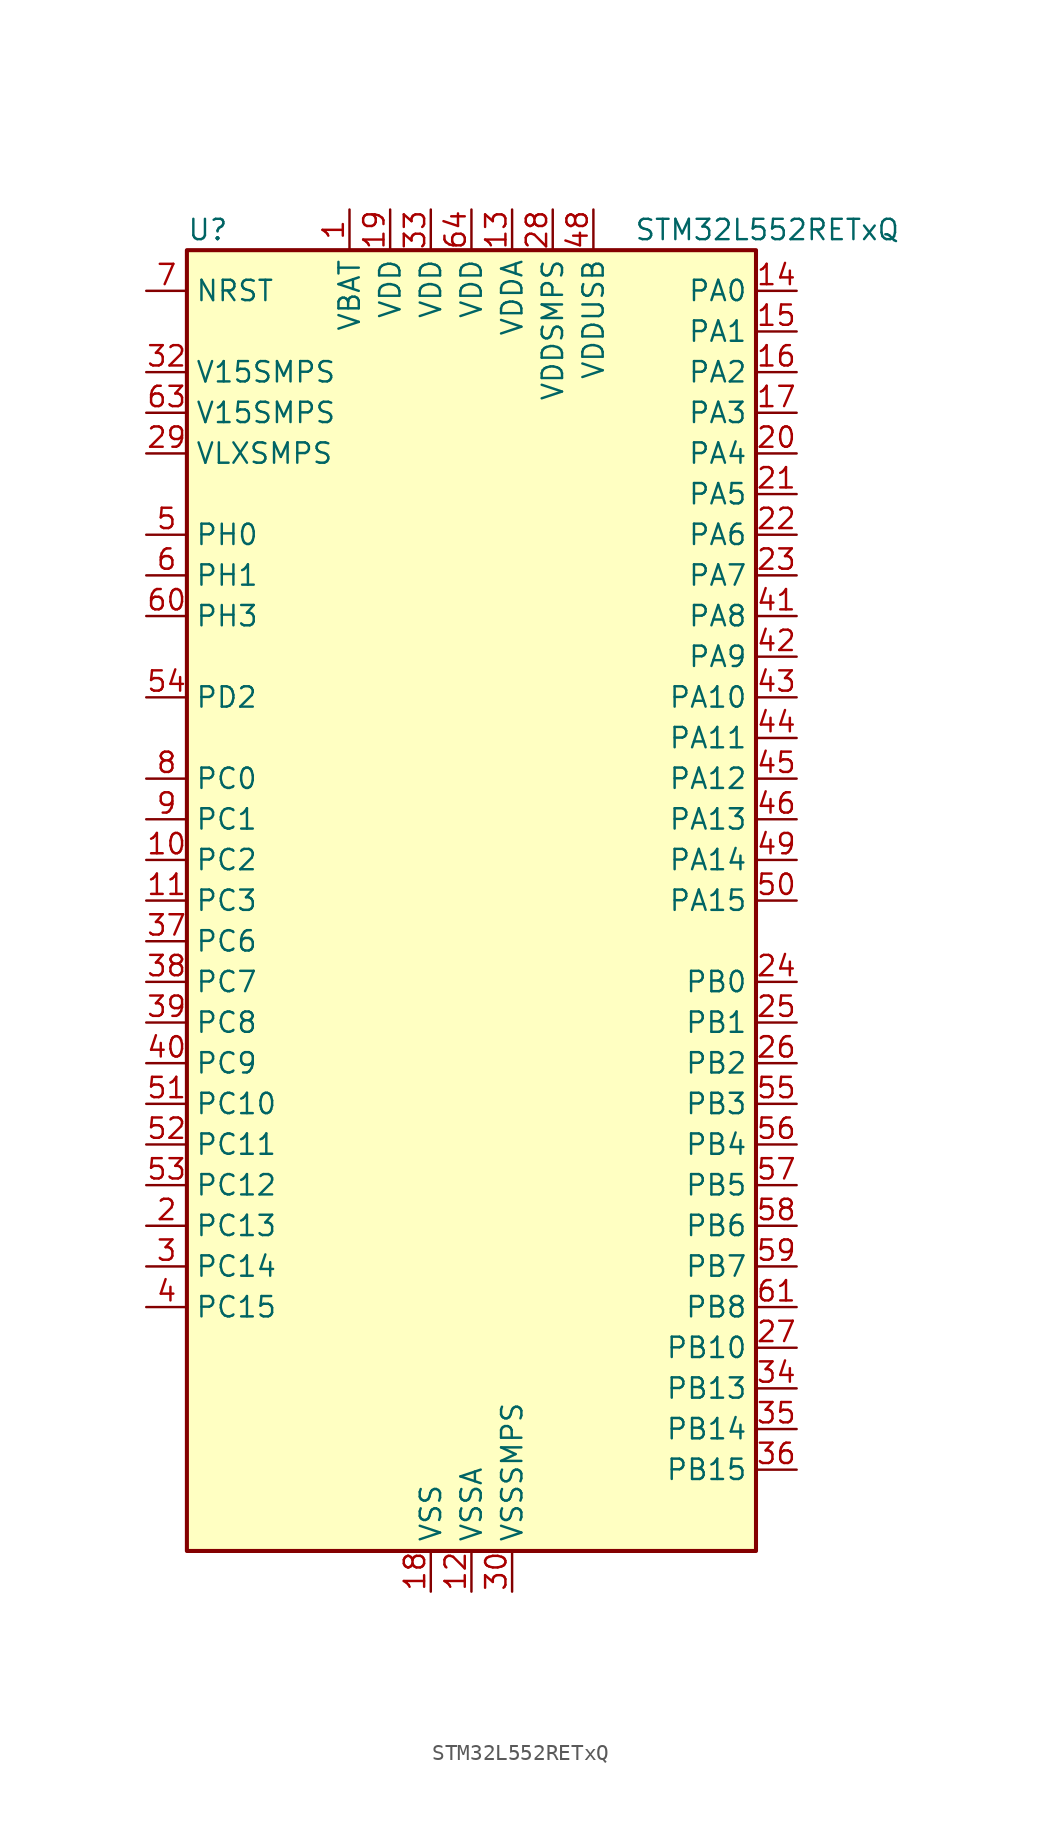
<source format=kicad_sym>
(kicad_symbol_lib
  (version 20231120)
  (generator "kicad_symbol_editor")
  (generator_version "8.0")
  (symbol "STM32L552RETxQ"
    (property "Reference" "U"
      (at -17.78 41.91 0)
      (effects (font (size 1.27 1.27)) (justify left)))
    (property "Value" "STM32L552RETxQ"
      (at 10.16 41.91 0)
      (effects (font (size 1.27 1.27)) (justify left)))
    (property "ki_locked" ""
      (at 0 0 0)
      (effects (font (size 1.27 1.27))))
    (symbol "STM32L552RETxQ_0_1"
      (rectangle (start -17.78 -40.64) (end 17.78 40.64) (stroke (width 0.254) (type default)) (fill (type background))))
    (symbol "STM32L552RETxQ_1_1"
      (pin power_in line (at -7.62 43.18 270) (length 2.54) (name "VBAT" (effects (font (size 1.27 1.27)))) (number "1" (effects (font (size 1.27 1.27)))))
      (pin bidirectional line (at -20.32 2.54 0) (length 2.54) (name "PC2" (effects (font (size 1.27 1.27)))) (number "10" (effects (font (size 1.27 1.27)))) (alternate "ADC1_IN3" bidirectional line) (alternate "ADC2_IN3" bidirectional line) (alternate "DFSDM1_CKOUT" bidirectional line) (alternate "LPTIM1_IN2" bidirectional line) (alternate "OCTOSPI1_IO5" bidirectional line) (alternate "SPI2_MISO" bidirectional line))
      (pin bidirectional line (at -20.32 0 0) (length 2.54) (name "PC3" (effects (font (size 1.27 1.27)))) (number "11" (effects (font (size 1.27 1.27)))) (alternate "ADC1_IN4" bidirectional line) (alternate "ADC2_IN4" bidirectional line) (alternate "LPTIM1_ETR" bidirectional line) (alternate "LPTIM2_ETR" bidirectional line) (alternate "LPTIM3_OUT" bidirectional line) (alternate "OCTOSPI1_IO6" bidirectional line) (alternate "SAI1_D1" bidirectional line) (alternate "SAI1_SD_A" bidirectional line) (alternate "SPI2_MOSI" bidirectional line))
      (pin power_in line (at 0 -43.18 90) (length 2.54) (name "VSSA" (effects (font (size 1.27 1.27)))) (number "12" (effects (font (size 1.27 1.27)))))
      (pin power_in line (at 2.54 43.18 270) (length 2.54) (name "VDDA" (effects (font (size 1.27 1.27)))) (number "13" (effects (font (size 1.27 1.27)))) (alternate "VREFBUF_OUT" bidirectional line))
      (pin bidirectional line (at 20.32 38.1 180) (length 2.54) (name "PA0" (effects (font (size 1.27 1.27)))) (number "14" (effects (font (size 1.27 1.27)))) (alternate "ADC1_IN5" bidirectional line) (alternate "ADC2_IN5" bidirectional line) (alternate "OPAMP1_VINP" bidirectional line) (alternate "PWR_WKUP1" bidirectional line) (alternate "SAI1_EXTCLK" bidirectional line) (alternate "TAMP_IN2" bidirectional line) (alternate "TAMP_OUT1" bidirectional line) (alternate "TIM2_CH1" bidirectional line) (alternate "TIM2_ETR" bidirectional line) (alternate "TIM5_CH1" bidirectional line) (alternate "TIM8_ETR" bidirectional line) (alternate "UART4_TX" bidirectional line) (alternate "USART2_CTS" bidirectional line) (alternate "USART2_NSS" bidirectional line))
      (pin bidirectional line (at 20.32 35.56 180) (length 2.54) (name "PA1" (effects (font (size 1.27 1.27)))) (number "15" (effects (font (size 1.27 1.27)))) (alternate "ADC1_IN6" bidirectional line) (alternate "ADC2_IN6" bidirectional line) (alternate "I2C1_SMBA" bidirectional line) (alternate "OCTOSPI1_DQS" bidirectional line) (alternate "OPAMP1_VINM" bidirectional line) (alternate "SPI1_SCK" bidirectional line) (alternate "TAMP_IN5" bidirectional line) (alternate "TAMP_OUT4" bidirectional line) (alternate "TIM15_CH1N" bidirectional line) (alternate "TIM2_CH2" bidirectional line) (alternate "TIM5_CH2" bidirectional line) (alternate "UART4_RX" bidirectional line) (alternate "USART2_DE" bidirectional line) (alternate "USART2_RTS" bidirectional line))
      (pin bidirectional line (at 20.32 33.02 180) (length 2.54) (name "PA2" (effects (font (size 1.27 1.27)))) (number "16" (effects (font (size 1.27 1.27)))) (alternate "ADC1_IN7" bidirectional line) (alternate "ADC2_IN7" bidirectional line) (alternate "COMP1_INP" bidirectional line) (alternate "LPUART1_TX" bidirectional line) (alternate "OCTOSPI1_NCS" bidirectional line) (alternate "PWR_WKUP4" bidirectional line) (alternate "RCC_LSCO" bidirectional line) (alternate "SAI2_EXTCLK" bidirectional line) (alternate "TIM15_CH1" bidirectional line) (alternate "TIM2_CH3" bidirectional line) (alternate "TIM5_CH3" bidirectional line) (alternate "UCPD1_FRSTX1" bidirectional line) (alternate "USART2_TX" bidirectional line))
      (pin bidirectional line (at 20.32 30.48 180) (length 2.54) (name "PA3" (effects (font (size 1.27 1.27)))) (number "17" (effects (font (size 1.27 1.27)))) (alternate "ADC1_IN8" bidirectional line) (alternate "ADC2_IN8" bidirectional line) (alternate "LPUART1_RX" bidirectional line) (alternate "OCTOSPI1_CLK" bidirectional line) (alternate "OPAMP1_VOUT" bidirectional line) (alternate "SAI1_CK1" bidirectional line) (alternate "SAI1_MCLK_A" bidirectional line) (alternate "TIM15_CH2" bidirectional line) (alternate "TIM2_CH4" bidirectional line) (alternate "TIM5_CH4" bidirectional line) (alternate "USART2_RX" bidirectional line))
      (pin power_in line (at -2.54 -43.18 90) (length 2.54) (name "VSS" (effects (font (size 1.27 1.27)))) (number "18" (effects (font (size 1.27 1.27)))))
      (pin power_in line (at -5.08 43.18 270) (length 2.54) (name "VDD" (effects (font (size 1.27 1.27)))) (number "19" (effects (font (size 1.27 1.27)))))
      (pin bidirectional line (at -20.32 -20.32 0) (length 2.54) (name "PC13" (effects (font (size 1.27 1.27)))) (number "2" (effects (font (size 1.27 1.27)))) (alternate "PWR_WKUP2" bidirectional line) (alternate "RTC_OUT1" bidirectional line) (alternate "RTC_TS" bidirectional line) (alternate "TAMP_IN1" bidirectional line) (alternate "TAMP_OUT2" bidirectional line))
      (pin bidirectional line (at 20.32 27.94 180) (length 2.54) (name "PA4" (effects (font (size 1.27 1.27)))) (number "20" (effects (font (size 1.27 1.27)))) (alternate "ADC1_IN9" bidirectional line) (alternate "ADC2_IN9" bidirectional line) (alternate "DAC1_OUT1" bidirectional line) (alternate "LPTIM2_OUT" bidirectional line) (alternate "OCTOSPI1_NCS" bidirectional line) (alternate "SAI1_FS_B" bidirectional line) (alternate "SPI1_NSS" bidirectional line) (alternate "SPI3_NSS" bidirectional line) (alternate "USART2_CK" bidirectional line))
      (pin bidirectional line (at 20.32 25.4 180) (length 2.54) (name "PA5" (effects (font (size 1.27 1.27)))) (number "21" (effects (font (size 1.27 1.27)))) (alternate "ADC1_IN10" bidirectional line) (alternate "ADC2_IN10" bidirectional line) (alternate "DAC1_OUT2" bidirectional line) (alternate "LPTIM2_ETR" bidirectional line) (alternate "SPI1_SCK" bidirectional line) (alternate "TIM2_CH1" bidirectional line) (alternate "TIM2_ETR" bidirectional line) (alternate "TIM8_CH1N" bidirectional line))
      (pin bidirectional line (at 20.32 22.86 180) (length 2.54) (name "PA6" (effects (font (size 1.27 1.27)))) (number "22" (effects (font (size 1.27 1.27)))) (alternate "ADC1_IN11" bidirectional line) (alternate "ADC2_IN11" bidirectional line) (alternate "LPUART1_CTS" bidirectional line) (alternate "OCTOSPI1_IO3" bidirectional line) (alternate "OPAMP2_VINP" bidirectional line) (alternate "SPI1_MISO" bidirectional line) (alternate "TIM16_CH1" bidirectional line) (alternate "TIM1_BKIN" bidirectional line) (alternate "TIM3_CH1" bidirectional line) (alternate "TIM8_BKIN" bidirectional line) (alternate "USART3_CTS" bidirectional line) (alternate "USART3_NSS" bidirectional line))
      (pin bidirectional line (at 20.32 20.32 180) (length 2.54) (name "PA7" (effects (font (size 1.27 1.27)))) (number "23" (effects (font (size 1.27 1.27)))) (alternate "ADC1_IN12" bidirectional line) (alternate "ADC2_IN12" bidirectional line) (alternate "I2C3_SCL" bidirectional line) (alternate "OCTOSPI1_IO2" bidirectional line) (alternate "OPAMP2_VINM" bidirectional line) (alternate "SPI1_MOSI" bidirectional line) (alternate "TIM17_CH1" bidirectional line) (alternate "TIM1_CH1N" bidirectional line) (alternate "TIM3_CH2" bidirectional line) (alternate "TIM8_CH1N" bidirectional line))
      (pin bidirectional line (at 20.32 -5.08 180) (length 2.54) (name "PB0" (effects (font (size 1.27 1.27)))) (number "24" (effects (font (size 1.27 1.27)))) (alternate "ADC1_IN15" bidirectional line) (alternate "ADC2_IN15" bidirectional line) (alternate "COMP1_OUT" bidirectional line) (alternate "OCTOSPI1_IO1" bidirectional line) (alternate "OPAMP2_VOUT" bidirectional line) (alternate "SAI1_EXTCLK" bidirectional line) (alternate "SPI1_NSS" bidirectional line) (alternate "TIM1_CH2N" bidirectional line) (alternate "TIM3_CH3" bidirectional line) (alternate "TIM8_CH2N" bidirectional line) (alternate "USART3_CK" bidirectional line))
      (pin bidirectional line (at 20.32 -7.62 180) (length 2.54) (name "PB1" (effects (font (size 1.27 1.27)))) (number "25" (effects (font (size 1.27 1.27)))) (alternate "ADC1_IN16" bidirectional line) (alternate "ADC2_IN16" bidirectional line) (alternate "COMP1_INM" bidirectional line) (alternate "DFSDM1_DATIN0" bidirectional line) (alternate "LPTIM2_IN1" bidirectional line) (alternate "LPUART1_DE" bidirectional line) (alternate "LPUART1_RTS" bidirectional line) (alternate "OCTOSPI1_IO0" bidirectional line) (alternate "TIM1_CH3N" bidirectional line) (alternate "TIM3_CH4" bidirectional line) (alternate "TIM8_CH3N" bidirectional line) (alternate "USART3_DE" bidirectional line) (alternate "USART3_RTS" bidirectional line))
      (pin bidirectional line (at 20.32 -10.16 180) (length 2.54) (name "PB2" (effects (font (size 1.27 1.27)))) (number "26" (effects (font (size 1.27 1.27)))) (alternate "COMP1_INP" bidirectional line) (alternate "DFSDM1_CKIN0" bidirectional line) (alternate "I2C3_SMBA" bidirectional line) (alternate "LPTIM1_OUT" bidirectional line) (alternate "OCTOSPI1_DQS" bidirectional line) (alternate "RTC_OUT2" bidirectional line) (alternate "UCPD1_FRSTX1" bidirectional line))
      (pin bidirectional line (at 20.32 -27.94 180) (length 2.54) (name "PB10" (effects (font (size 1.27 1.27)))) (number "27" (effects (font (size 1.27 1.27)))) (alternate "COMP1_OUT" bidirectional line) (alternate "I2C2_SCL" bidirectional line) (alternate "I2C4_SCL" bidirectional line) (alternate "LPTIM3_OUT" bidirectional line) (alternate "LPUART1_RX" bidirectional line) (alternate "OCTOSPI1_CLK" bidirectional line) (alternate "SAI1_SCK_A" bidirectional line) (alternate "SPI2_SCK" bidirectional line) (alternate "TIM2_CH3" bidirectional line) (alternate "TSC_SYNC" bidirectional line) (alternate "USART3_TX" bidirectional line))
      (pin power_in line (at 5.08 43.18 270) (length 2.54) (name "VDDSMPS" (effects (font (size 1.27 1.27)))) (number "28" (effects (font (size 1.27 1.27)))))
      (pin power_in line (at -20.32 27.94 0) (length 2.54) (name "VLXSMPS" (effects (font (size 1.27 1.27)))) (number "29" (effects (font (size 1.27 1.27)))))
      (pin bidirectional line (at -20.32 -22.86 0) (length 2.54) (name "PC14" (effects (font (size 1.27 1.27)))) (number "3" (effects (font (size 1.27 1.27)))) (alternate "RCC_OSC32_IN" bidirectional line))
      (pin power_in line (at 2.54 -43.18 90) (length 2.54) (name "VSSSMPS" (effects (font (size 1.27 1.27)))) (number "30" (effects (font (size 1.27 1.27)))))
      (pin passive line (at -2.54 -43.18 90) (length 2.54) hide (name "VSS" (effects (font (size 1.27 1.27)))) (number "31" (effects (font (size 1.27 1.27)))))
      (pin power_in line (at -20.32 33.02 0) (length 2.54) (name "V15SMPS" (effects (font (size 1.27 1.27)))) (number "32" (effects (font (size 1.27 1.27)))))
      (pin power_in line (at -2.54 43.18 270) (length 2.54) (name "VDD" (effects (font (size 1.27 1.27)))) (number "33" (effects (font (size 1.27 1.27)))))
      (pin bidirectional line (at 20.32 -30.48 180) (length 2.54) (name "PB13" (effects (font (size 1.27 1.27)))) (number "34" (effects (font (size 1.27 1.27)))) (alternate "DFSDM1_CKIN1" bidirectional line) (alternate "I2C2_SCL" bidirectional line) (alternate "LPTIM3_IN1" bidirectional line) (alternate "LPUART1_CTS" bidirectional line) (alternate "SAI2_SCK_A" bidirectional line) (alternate "SPI2_SCK" bidirectional line) (alternate "TIM15_CH1N" bidirectional line) (alternate "TIM1_CH1N" bidirectional line) (alternate "TSC_G1_IO2" bidirectional line) (alternate "UCPD1_FRSTX2" bidirectional line) (alternate "USART3_CTS" bidirectional line) (alternate "USART3_NSS" bidirectional line))
      (pin bidirectional line (at 20.32 -33.02 180) (length 2.54) (name "PB14" (effects (font (size 1.27 1.27)))) (number "35" (effects (font (size 1.27 1.27)))) (alternate "DFSDM1_DATIN2" bidirectional line) (alternate "I2C2_SDA" bidirectional line) (alternate "LPTIM3_ETR" bidirectional line) (alternate "SAI2_MCLK_A" bidirectional line) (alternate "SPI2_MISO" bidirectional line) (alternate "TIM15_CH1" bidirectional line) (alternate "TIM1_CH2N" bidirectional line) (alternate "TIM8_CH2N" bidirectional line) (alternate "TSC_G1_IO3" bidirectional line) (alternate "UCPD1_DBCC2" bidirectional line) (alternate "USART3_DE" bidirectional line) (alternate "USART3_RTS" bidirectional line))
      (pin bidirectional line (at 20.32 -35.56 180) (length 2.54) (name "PB15" (effects (font (size 1.27 1.27)))) (number "36" (effects (font (size 1.27 1.27)))) (alternate "ADC1_EXTI15" bidirectional line) (alternate "ADC2_EXTI15" bidirectional line) (alternate "DFSDM1_CKIN2" bidirectional line) (alternate "RTC_REFIN" bidirectional line) (alternate "SAI2_SD_A" bidirectional line) (alternate "SPI2_MOSI" bidirectional line) (alternate "TIM15_CH2" bidirectional line) (alternate "TIM1_CH3N" bidirectional line) (alternate "TIM8_CH3N" bidirectional line) (alternate "UCPD1_CC2" bidirectional line))
      (pin bidirectional line (at -20.32 -2.54 0) (length 2.54) (name "PC6" (effects (font (size 1.27 1.27)))) (number "37" (effects (font (size 1.27 1.27)))) (alternate "DFSDM1_CKIN3" bidirectional line) (alternate "SAI2_MCLK_A" bidirectional line) (alternate "SDMMC1_D0DIR" bidirectional line) (alternate "SDMMC1_D6" bidirectional line) (alternate "TIM3_CH1" bidirectional line) (alternate "TIM8_CH1" bidirectional line) (alternate "TSC_G4_IO1" bidirectional line))
      (pin bidirectional line (at -20.32 -5.08 0) (length 2.54) (name "PC7" (effects (font (size 1.27 1.27)))) (number "38" (effects (font (size 1.27 1.27)))) (alternate "DFSDM1_DATIN3" bidirectional line) (alternate "SAI2_MCLK_B" bidirectional line) (alternate "SDMMC1_D123DIR" bidirectional line) (alternate "SDMMC1_D7" bidirectional line) (alternate "TIM3_CH2" bidirectional line) (alternate "TIM8_CH2" bidirectional line) (alternate "TSC_G4_IO2" bidirectional line))
      (pin bidirectional line (at -20.32 -7.62 0) (length 2.54) (name "PC8" (effects (font (size 1.27 1.27)))) (number "39" (effects (font (size 1.27 1.27)))) (alternate "SDMMC1_D0" bidirectional line) (alternate "TIM3_CH3" bidirectional line) (alternate "TIM8_CH3" bidirectional line) (alternate "TSC_G4_IO3" bidirectional line))
      (pin bidirectional line (at -20.32 -25.4 0) (length 2.54) (name "PC15" (effects (font (size 1.27 1.27)))) (number "4" (effects (font (size 1.27 1.27)))) (alternate "ADC1_EXTI15" bidirectional line) (alternate "ADC2_EXTI15" bidirectional line) (alternate "RCC_OSC32_OUT" bidirectional line))
      (pin bidirectional line (at -20.32 -10.16 0) (length 2.54) (name "PC9" (effects (font (size 1.27 1.27)))) (number "40" (effects (font (size 1.27 1.27)))) (alternate "DAC1_EXTI9" bidirectional line) (alternate "DEBUG_TRACED0" bidirectional line) (alternate "SAI2_EXTCLK" bidirectional line) (alternate "SDMMC1_D1" bidirectional line) (alternate "TIM3_CH4" bidirectional line) (alternate "TIM8_BKIN2" bidirectional line) (alternate "TIM8_CH4" bidirectional line) (alternate "TSC_G4_IO4" bidirectional line) (alternate "USB_NOE" bidirectional line))
      (pin bidirectional line (at 20.32 17.78 180) (length 2.54) (name "PA8" (effects (font (size 1.27 1.27)))) (number "41" (effects (font (size 1.27 1.27)))) (alternate "LPTIM2_OUT" bidirectional line) (alternate "RCC_MCO" bidirectional line) (alternate "SAI1_CK2" bidirectional line) (alternate "SAI1_SCK_A" bidirectional line) (alternate "TIM1_CH1" bidirectional line) (alternate "USART1_CK" bidirectional line))
      (pin bidirectional line (at 20.32 15.24 180) (length 2.54) (name "PA9" (effects (font (size 1.27 1.27)))) (number "42" (effects (font (size 1.27 1.27)))) (alternate "DAC1_EXTI9" bidirectional line) (alternate "SAI1_FS_A" bidirectional line) (alternate "SPI2_SCK" bidirectional line) (alternate "TIM15_BKIN" bidirectional line) (alternate "TIM1_CH2" bidirectional line) (alternate "USART1_TX" bidirectional line))
      (pin bidirectional line (at 20.32 12.7 180) (length 2.54) (name "PA10" (effects (font (size 1.27 1.27)))) (number "43" (effects (font (size 1.27 1.27)))) (alternate "CRS_SYNC" bidirectional line) (alternate "SAI1_D1" bidirectional line) (alternate "SAI1_SD_A" bidirectional line) (alternate "TIM17_BKIN" bidirectional line) (alternate "TIM1_CH3" bidirectional line) (alternate "USART1_RX" bidirectional line))
      (pin bidirectional line (at 20.32 10.16 180) (length 2.54) (name "PA11" (effects (font (size 1.27 1.27)))) (number "44" (effects (font (size 1.27 1.27)))) (alternate "ADC1_EXTI11" bidirectional line) (alternate "ADC2_EXTI11" bidirectional line) (alternate "FDCAN1_RX" bidirectional line) (alternate "SPI1_MISO" bidirectional line) (alternate "TIM1_BKIN2" bidirectional line) (alternate "TIM1_CH4" bidirectional line) (alternate "USART1_CTS" bidirectional line) (alternate "USART1_NSS" bidirectional line) (alternate "USB_DM" bidirectional line))
      (pin bidirectional line (at 20.32 7.62 180) (length 2.54) (name "PA12" (effects (font (size 1.27 1.27)))) (number "45" (effects (font (size 1.27 1.27)))) (alternate "FDCAN1_TX" bidirectional line) (alternate "SPI1_MOSI" bidirectional line) (alternate "TIM1_ETR" bidirectional line) (alternate "USART1_DE" bidirectional line) (alternate "USART1_RTS" bidirectional line) (alternate "USB_DP" bidirectional line))
      (pin bidirectional line (at 20.32 5.08 180) (length 2.54) (name "PA13" (effects (font (size 1.27 1.27)))) (number "46" (effects (font (size 1.27 1.27)))) (alternate "DEBUG_JTMS-SWDIO" bidirectional line) (alternate "IR_OUT" bidirectional line) (alternate "SAI1_SD_B" bidirectional line) (alternate "USB_NOE" bidirectional line))
      (pin passive line (at -2.54 -43.18 90) (length 2.54) hide (name "VSS" (effects (font (size 1.27 1.27)))) (number "47" (effects (font (size 1.27 1.27)))))
      (pin power_in line (at 7.62 43.18 270) (length 2.54) (name "VDDUSB" (effects (font (size 1.27 1.27)))) (number "48" (effects (font (size 1.27 1.27)))))
      (pin bidirectional line (at 20.32 2.54 180) (length 2.54) (name "PA14" (effects (font (size 1.27 1.27)))) (number "49" (effects (font (size 1.27 1.27)))) (alternate "DEBUG_JTCK-SWCLK" bidirectional line) (alternate "I2C1_SMBA" bidirectional line) (alternate "I2C4_SMBA" bidirectional line) (alternate "LPTIM1_OUT" bidirectional line) (alternate "SAI1_FS_B" bidirectional line))
      (pin bidirectional line (at -20.32 22.86 0) (length 2.54) (name "PH0" (effects (font (size 1.27 1.27)))) (number "5" (effects (font (size 1.27 1.27)))) (alternate "RCC_OSC_IN" bidirectional line))
      (pin bidirectional line (at 20.32 0 180) (length 2.54) (name "PA15" (effects (font (size 1.27 1.27)))) (number "50" (effects (font (size 1.27 1.27)))) (alternate "ADC1_EXTI15" bidirectional line) (alternate "ADC2_EXTI15" bidirectional line) (alternate "DEBUG_JTDI" bidirectional line) (alternate "SAI2_FS_B" bidirectional line) (alternate "SPI1_NSS" bidirectional line) (alternate "SPI3_NSS" bidirectional line) (alternate "TIM2_CH1" bidirectional line) (alternate "TIM2_ETR" bidirectional line) (alternate "UART4_DE" bidirectional line) (alternate "UART4_RTS" bidirectional line) (alternate "UCPD1_CC1" bidirectional line) (alternate "USART2_RX" bidirectional line) (alternate "USART3_DE" bidirectional line) (alternate "USART3_RTS" bidirectional line))
      (pin bidirectional line (at -20.32 -12.7 0) (length 2.54) (name "PC10" (effects (font (size 1.27 1.27)))) (number "51" (effects (font (size 1.27 1.27)))) (alternate "DEBUG_TRACED1" bidirectional line) (alternate "LPTIM3_ETR" bidirectional line) (alternate "SAI2_SCK_B" bidirectional line) (alternate "SDMMC1_D2" bidirectional line) (alternate "SPI3_SCK" bidirectional line) (alternate "TSC_G3_IO2" bidirectional line) (alternate "UART4_TX" bidirectional line) (alternate "USART3_TX" bidirectional line))
      (pin bidirectional line (at -20.32 -15.24 0) (length 2.54) (name "PC11" (effects (font (size 1.27 1.27)))) (number "52" (effects (font (size 1.27 1.27)))) (alternate "ADC1_EXTI11" bidirectional line) (alternate "ADC2_EXTI11" bidirectional line) (alternate "LPTIM3_IN1" bidirectional line) (alternate "OCTOSPI1_NCS" bidirectional line) (alternate "SAI2_MCLK_B" bidirectional line) (alternate "SDMMC1_D3" bidirectional line) (alternate "SPI3_MISO" bidirectional line) (alternate "TSC_G3_IO3" bidirectional line) (alternate "UART4_RX" bidirectional line) (alternate "UCPD1_FRSTX2" bidirectional line) (alternate "USART3_RX" bidirectional line))
      (pin bidirectional line (at -20.32 -17.78 0) (length 2.54) (name "PC12" (effects (font (size 1.27 1.27)))) (number "53" (effects (font (size 1.27 1.27)))) (alternate "DEBUG_TRACED3" bidirectional line) (alternate "SAI2_SD_B" bidirectional line) (alternate "SDMMC1_CK" bidirectional line) (alternate "SPI3_MOSI" bidirectional line) (alternate "TSC_G3_IO4" bidirectional line) (alternate "UART5_TX" bidirectional line) (alternate "USART3_CK" bidirectional line))
      (pin bidirectional line (at -20.32 12.7 0) (length 2.54) (name "PD2" (effects (font (size 1.27 1.27)))) (number "54" (effects (font (size 1.27 1.27)))) (alternate "DEBUG_TRACED2" bidirectional line) (alternate "SDMMC1_CMD" bidirectional line) (alternate "TIM3_ETR" bidirectional line) (alternate "TSC_SYNC" bidirectional line) (alternate "UART5_RX" bidirectional line) (alternate "USART3_DE" bidirectional line) (alternate "USART3_RTS" bidirectional line))
      (pin bidirectional line (at 20.32 -12.7 180) (length 2.54) (name "PB3" (effects (font (size 1.27 1.27)))) (number "55" (effects (font (size 1.27 1.27)))) (alternate "COMP2_INM" bidirectional line) (alternate "CRS_SYNC" bidirectional line) (alternate "DEBUG_JTDO-SWO" bidirectional line) (alternate "SAI1_SCK_B" bidirectional line) (alternate "SPI1_SCK" bidirectional line) (alternate "SPI3_SCK" bidirectional line) (alternate "TIM2_CH2" bidirectional line) (alternate "USART1_DE" bidirectional line) (alternate "USART1_RTS" bidirectional line))
      (pin bidirectional line (at 20.32 -15.24 180) (length 2.54) (name "PB4" (effects (font (size 1.27 1.27)))) (number "56" (effects (font (size 1.27 1.27)))) (alternate "COMP2_INP" bidirectional line) (alternate "DEBUG_JTRST" bidirectional line) (alternate "I2C3_SDA" bidirectional line) (alternate "SAI1_MCLK_B" bidirectional line) (alternate "SPI1_MISO" bidirectional line) (alternate "SPI3_MISO" bidirectional line) (alternate "TIM17_BKIN" bidirectional line) (alternate "TIM3_CH1" bidirectional line) (alternate "TSC_G2_IO1" bidirectional line) (alternate "UART5_DE" bidirectional line) (alternate "UART5_RTS" bidirectional line) (alternate "USART1_CTS" bidirectional line) (alternate "USART1_NSS" bidirectional line))
      (pin bidirectional line (at 20.32 -17.78 180) (length 2.54) (name "PB5" (effects (font (size 1.27 1.27)))) (number "57" (effects (font (size 1.27 1.27)))) (alternate "COMP2_OUT" bidirectional line) (alternate "I2C1_SMBA" bidirectional line) (alternate "LPTIM1_IN1" bidirectional line) (alternate "OCTOSPI1_NCLK" bidirectional line) (alternate "SAI1_SD_B" bidirectional line) (alternate "SPI1_MOSI" bidirectional line) (alternate "SPI3_MOSI" bidirectional line) (alternate "TIM16_BKIN" bidirectional line) (alternate "TIM3_CH2" bidirectional line) (alternate "TSC_G2_IO2" bidirectional line) (alternate "UART5_CTS" bidirectional line) (alternate "UCPD1_DBCC1" bidirectional line) (alternate "USART1_CK" bidirectional line))
      (pin bidirectional line (at 20.32 -20.32 180) (length 2.54) (name "PB6" (effects (font (size 1.27 1.27)))) (number "58" (effects (font (size 1.27 1.27)))) (alternate "COMP2_INP" bidirectional line) (alternate "I2C1_SCL" bidirectional line) (alternate "I2C4_SCL" bidirectional line) (alternate "LPTIM1_ETR" bidirectional line) (alternate "SAI1_FS_B" bidirectional line) (alternate "TIM16_CH1N" bidirectional line) (alternate "TIM4_CH1" bidirectional line) (alternate "TIM8_BKIN2" bidirectional line) (alternate "TSC_G2_IO3" bidirectional line) (alternate "USART1_TX" bidirectional line))
      (pin bidirectional line (at 20.32 -22.86 180) (length 2.54) (name "PB7" (effects (font (size 1.27 1.27)))) (number "59" (effects (font (size 1.27 1.27)))) (alternate "COMP2_INM" bidirectional line) (alternate "I2C1_SDA" bidirectional line) (alternate "I2C4_SDA" bidirectional line) (alternate "LPTIM1_IN2" bidirectional line) (alternate "PWR_PVD_IN" bidirectional line) (alternate "TIM17_CH1N" bidirectional line) (alternate "TIM4_CH2" bidirectional line) (alternate "TIM8_BKIN" bidirectional line) (alternate "TSC_G2_IO4" bidirectional line) (alternate "UART4_CTS" bidirectional line) (alternate "USART1_RX" bidirectional line))
      (pin bidirectional line (at -20.32 20.32 0) (length 2.54) (name "PH1" (effects (font (size 1.27 1.27)))) (number "6" (effects (font (size 1.27 1.27)))) (alternate "RCC_OSC_OUT" bidirectional line))
      (pin bidirectional line (at -20.32 17.78 0) (length 2.54) (name "PH3" (effects (font (size 1.27 1.27)))) (number "60" (effects (font (size 1.27 1.27)))))
      (pin bidirectional line (at 20.32 -25.4 180) (length 2.54) (name "PB8" (effects (font (size 1.27 1.27)))) (number "61" (effects (font (size 1.27 1.27)))) (alternate "DFSDM1_CKOUT" bidirectional line) (alternate "FDCAN1_RX" bidirectional line) (alternate "I2C1_SCL" bidirectional line) (alternate "SAI1_CK1" bidirectional line) (alternate "SAI1_MCLK_A" bidirectional line) (alternate "SDMMC1_CKIN" bidirectional line) (alternate "SDMMC1_D4" bidirectional line) (alternate "TIM16_CH1" bidirectional line) (alternate "TIM4_CH3" bidirectional line))
      (pin passive line (at -2.54 -43.18 90) (length 2.54) hide (name "VSS" (effects (font (size 1.27 1.27)))) (number "62" (effects (font (size 1.27 1.27)))))
      (pin power_in line (at -20.32 30.48 0) (length 2.54) (name "V15SMPS" (effects (font (size 1.27 1.27)))) (number "63" (effects (font (size 1.27 1.27)))))
      (pin power_in line (at 0 43.18 270) (length 2.54) (name "VDD" (effects (font (size 1.27 1.27)))) (number "64" (effects (font (size 1.27 1.27)))))
      (pin input line (at -20.32 38.1 0) (length 2.54) (name "NRST" (effects (font (size 1.27 1.27)))) (number "7" (effects (font (size 1.27 1.27)))))
      (pin bidirectional line (at -20.32 7.62 0) (length 2.54) (name "PC0" (effects (font (size 1.27 1.27)))) (number "8" (effects (font (size 1.27 1.27)))) (alternate "ADC1_IN1" bidirectional line) (alternate "ADC2_IN1" bidirectional line) (alternate "I2C3_SCL" bidirectional line) (alternate "LPTIM1_IN1" bidirectional line) (alternate "LPTIM2_IN1" bidirectional line) (alternate "LPUART1_RX" bidirectional line) (alternate "OCTOSPI1_IO7" bidirectional line) (alternate "SAI2_FS_A" bidirectional line) (alternate "SDMMC1_D5" bidirectional line))
      (pin bidirectional line (at -20.32 5.08 0) (length 2.54) (name "PC1" (effects (font (size 1.27 1.27)))) (number "9" (effects (font (size 1.27 1.27)))) (alternate "ADC1_IN2" bidirectional line) (alternate "ADC2_IN2" bidirectional line) (alternate "DEBUG_TRACED0" bidirectional line) (alternate "I2C3_SDA" bidirectional line) (alternate "LPTIM1_OUT" bidirectional line) (alternate "LPUART1_TX" bidirectional line) (alternate "OCTOSPI1_IO4" bidirectional line) (alternate "SAI1_SD_A" bidirectional line) (alternate "SPI2_MOSI" bidirectional line)))))
</source>
